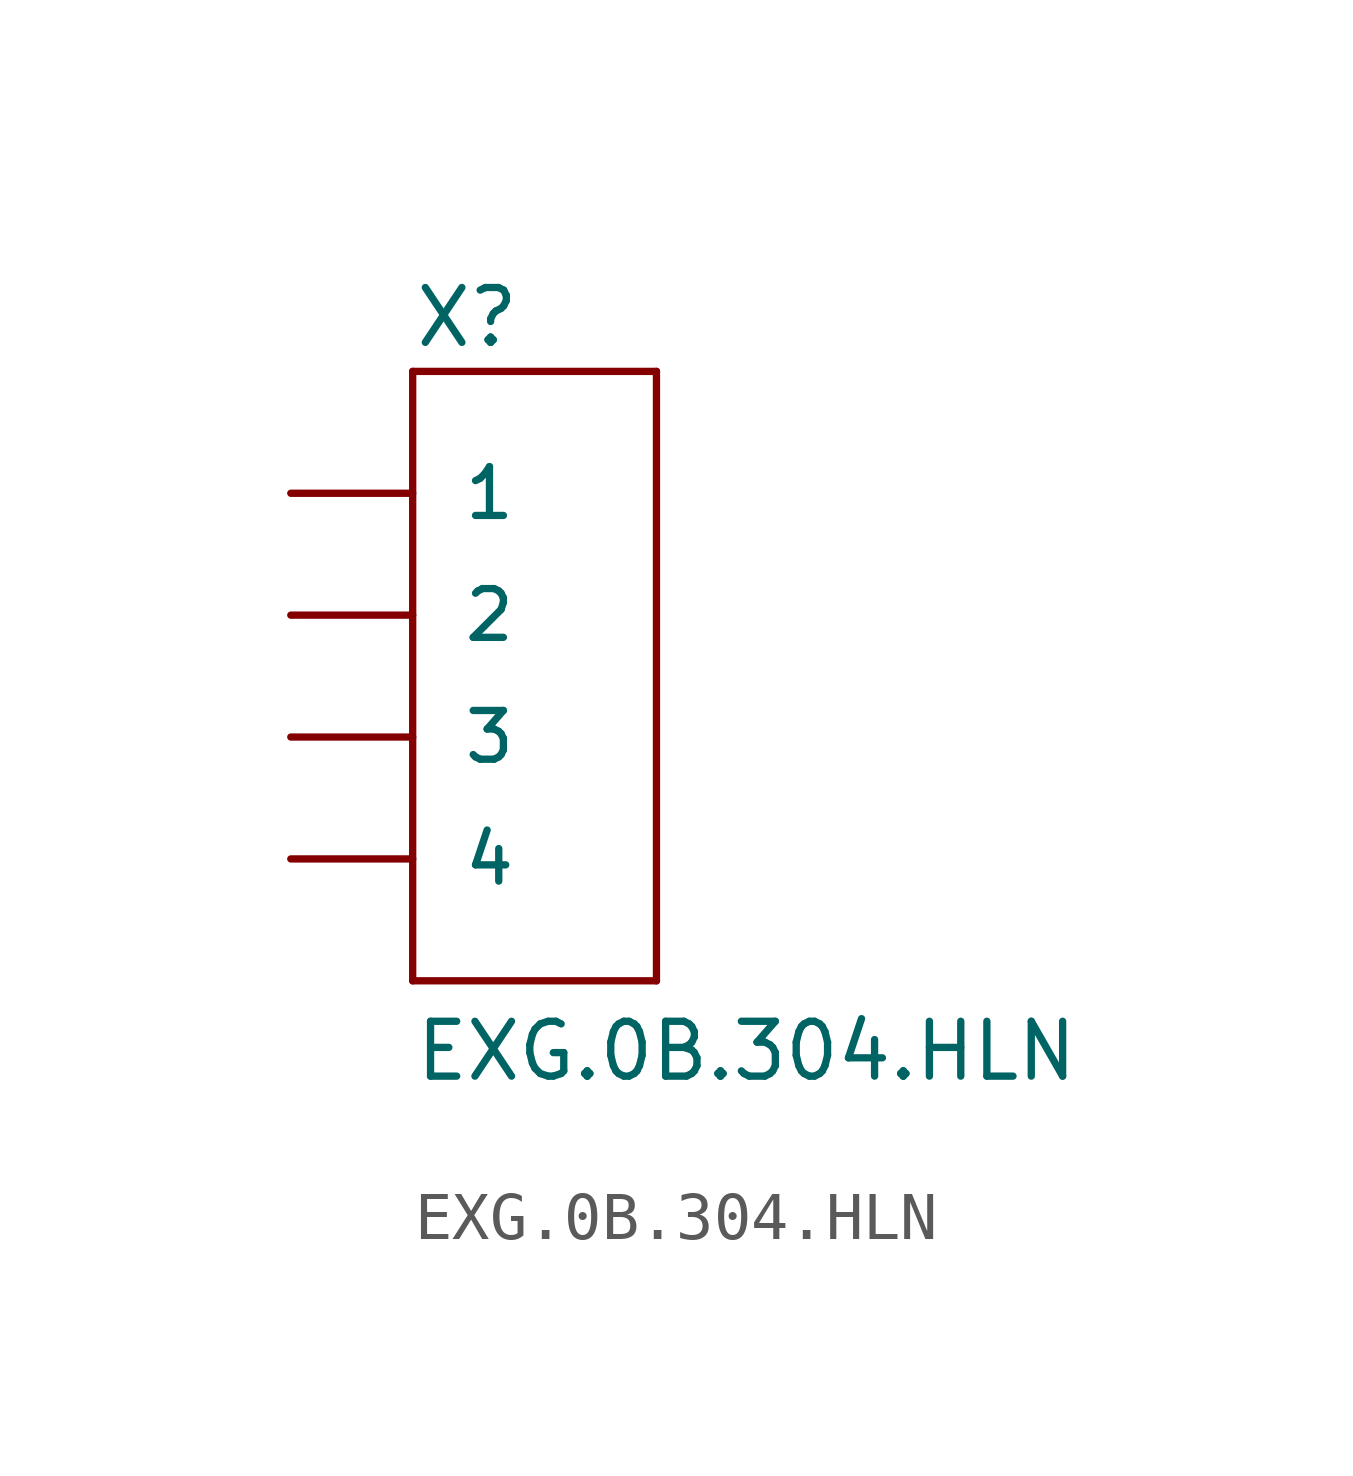
<source format=kicad_sym>
(kicad_symbol_lib
  (version 20241209)
  (generator "kicad_symbol_editor")
  (generator_version "9.0")
  (symbol "EXG.0B.304.HLN"
    (pin_numbers
      (hide yes))
    (pin_names
      (offset 1.016))
    (property "Reference" "X"
      (at -2.54 2.997 0)
      (effects (font (size 1.143 1.143)) (justify left bottom)))
    (property "Value" "EXG.0B.304.HLN"
      (at -2.54 -12.294 0)
      (effects (font (size 1.143 1.143)) (justify left bottom)))
    (property "ki_locked" ""
      (at 0 0 0)
      (effects (font (size 1.27 1.27))))
    (symbol "EXG.0B.304.HLN_1_0"
      (polyline (pts (xy -2.54 2.54) (xy -2.54 -10.16)) (stroke (width 0) (type solid)) (fill (type none)))
      (polyline (pts (xy -2.54 -10.16) (xy 2.54 -10.16)) (stroke (width 0) (type solid)) (fill (type none)))
      (polyline (pts (xy 2.54 2.54) (xy -2.54 2.54)) (stroke (width 0) (type solid)) (fill (type none)))
      (polyline (pts (xy 2.54 -10.16) (xy 2.54 2.54)) (stroke (width 0) (type solid)) (fill (type none))))
    (symbol "EXG.0B.304.HLN_1_1"
      (pin passive line (at -5.08 0 0) (length 2.54) (name "1" (effects (font (size 1.016 1.016)))) (number "1" (effects (font (size 1.016 1.016)))))
      (pin passive line (at -5.08 -2.54 0) (length 2.54) (name "2" (effects (font (size 1.016 1.016)))) (number "2" (effects (font (size 1.016 1.016)))))
      (pin passive line (at -5.08 -5.08 0) (length 2.54) (name "3" (effects (font (size 1.016 1.016)))) (number "3" (effects (font (size 1.016 1.016)))))
      (pin passive line (at -5.08 -7.62 0) (length 2.54) (name "4" (effects (font (size 1.016 1.016)))) (number "4" (effects (font (size 1.016 1.016))))))))
</source>
